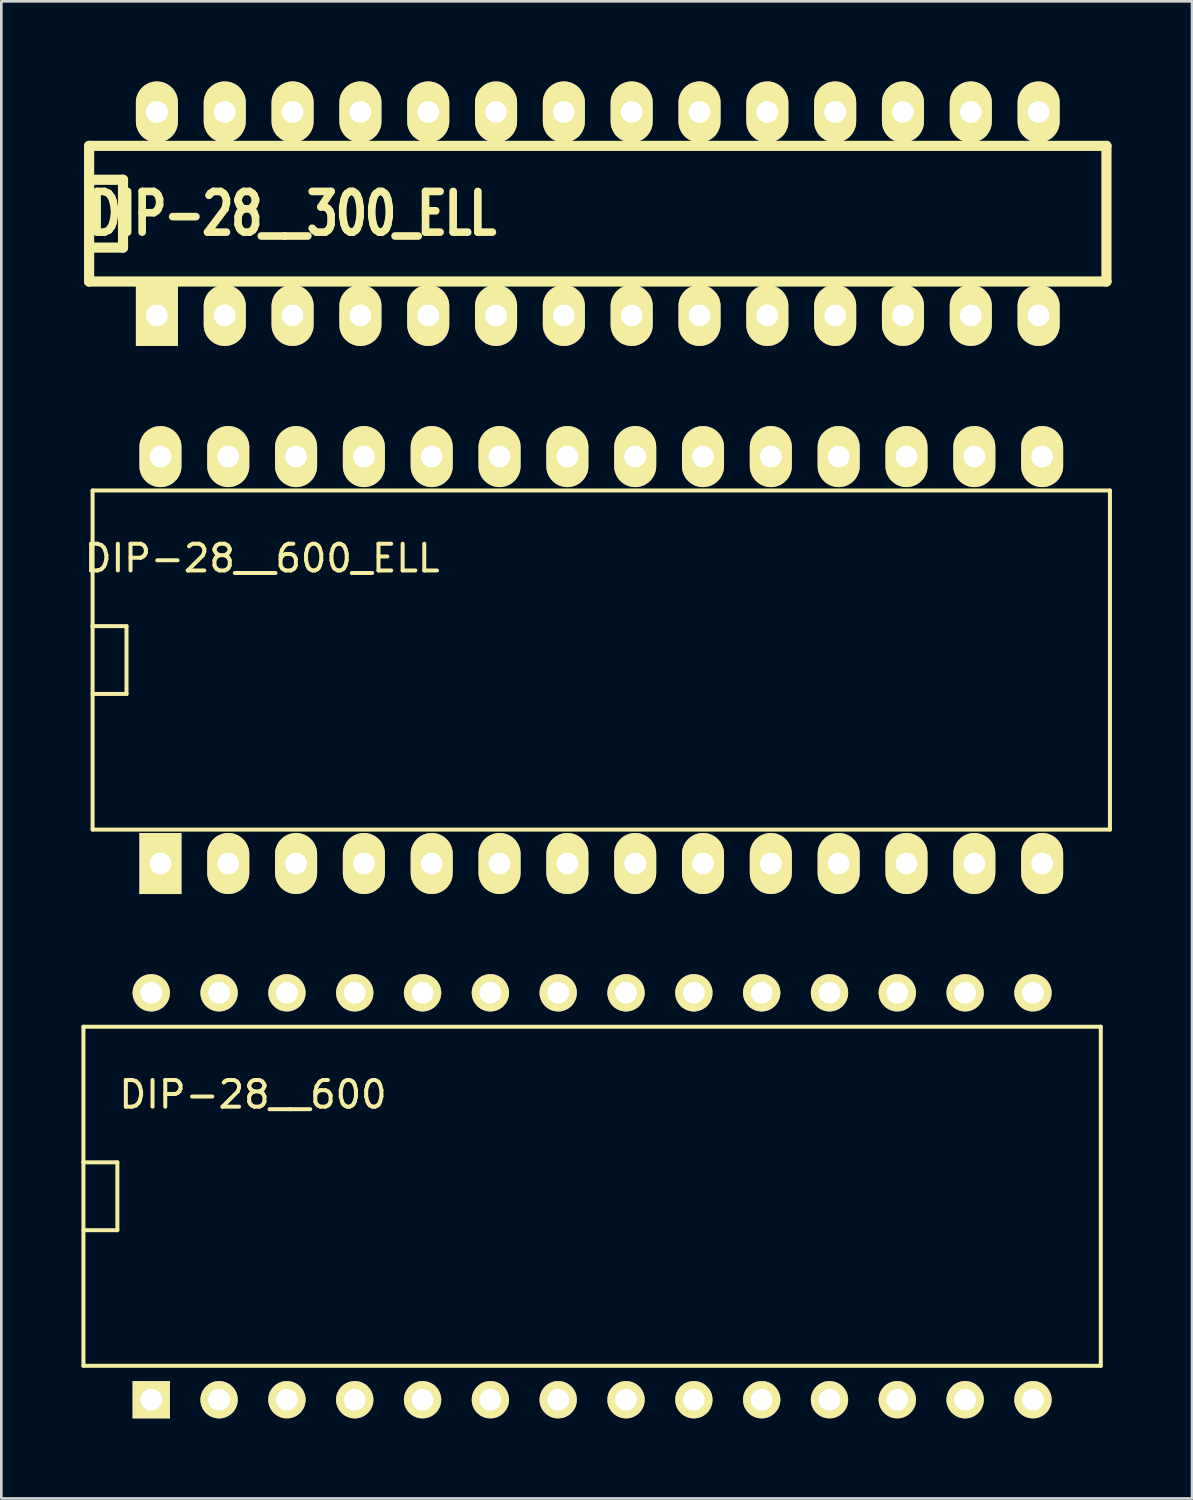
<source format=kicad_pcb>
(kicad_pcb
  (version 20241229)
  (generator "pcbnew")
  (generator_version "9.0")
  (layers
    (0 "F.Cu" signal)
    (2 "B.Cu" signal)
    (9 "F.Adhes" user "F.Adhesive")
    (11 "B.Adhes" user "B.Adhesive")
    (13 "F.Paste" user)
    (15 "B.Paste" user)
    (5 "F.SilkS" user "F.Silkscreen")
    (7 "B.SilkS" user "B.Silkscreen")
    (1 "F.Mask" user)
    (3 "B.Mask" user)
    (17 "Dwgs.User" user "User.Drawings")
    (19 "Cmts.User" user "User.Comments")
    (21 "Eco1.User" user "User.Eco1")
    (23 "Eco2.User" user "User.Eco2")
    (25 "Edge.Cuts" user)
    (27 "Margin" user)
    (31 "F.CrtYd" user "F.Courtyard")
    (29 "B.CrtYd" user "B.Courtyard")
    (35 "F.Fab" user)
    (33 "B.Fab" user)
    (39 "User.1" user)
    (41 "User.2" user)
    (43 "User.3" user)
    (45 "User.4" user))
  (footprint "DIP-28__600_ELL"
    (layer "F.Cu")
    (at 19.468 21.669)
    (property "Reference" "DIP-28__600_ELL" (at -12.7 -3.81 0) (layer "F.SilkS") (effects (font (size 1 1) (thickness 0.15))))
    (attr through_hole)
    (fp_line (start -19.05 -6.35) (end 19.05 -6.35) (stroke (width 0.15) (type solid)) (layer "F.SilkS"))
    (fp_line (start -19.05 -1.27) (end -19.05 -1.27) (stroke (width 0.15) (type solid)) (layer "F.SilkS"))
    (fp_line (start -19.05 -1.27) (end -17.78 -1.27) (stroke (width 0.15) (type solid)) (layer "F.SilkS"))
    (fp_line (start -19.05 6.35) (end -19.05 -6.35) (stroke (width 0.15) (type solid)) (layer "F.SilkS"))
    (fp_line (start -17.78 -1.27) (end -17.78 1.27) (stroke (width 0.15) (type solid)) (layer "F.SilkS"))
    (fp_line (start -17.78 1.27) (end -19.05 1.27) (stroke (width 0.15) (type solid)) (layer "F.SilkS"))
    (fp_line (start 19.05 -6.35) (end 19.05 6.35) (stroke (width 0.15) (type solid)) (layer "F.SilkS"))
    (fp_line (start 19.05 6.35) (end -19.05 6.35) (stroke (width 0.15) (type solid)) (layer "F.SilkS"))
    (pad "1" thru_hole rect (at -16.51 7.62) (size 1.575 2.286) (drill 0.813) (layers "*.Cu" "*.Mask" "F.SilkS"))
    (pad "2" thru_hole oval (at -13.97 7.62) (size 1.575 2.286) (drill 0.813) (layers "*.Cu" "*.Mask" "F.SilkS"))
    (pad "3" thru_hole oval (at -11.43 7.62) (size 1.575 2.286) (drill 0.813) (layers "*.Cu" "*.Mask" "F.SilkS"))
    (pad "4" thru_hole oval (at -8.89 7.62) (size 1.575 2.286) (drill 0.813) (layers "*.Cu" "*.Mask" "F.SilkS"))
    (pad "5" thru_hole oval (at -6.35 7.62) (size 1.575 2.286) (drill 0.813) (layers "*.Cu" "*.Mask" "F.SilkS"))
    (pad "6" thru_hole oval (at -3.81 7.62) (size 1.575 2.286) (drill 0.813) (layers "*.Cu" "*.Mask" "F.SilkS"))
    (pad "7" thru_hole oval (at -1.27 7.62) (size 1.575 2.286) (drill 0.813) (layers "*.Cu" "*.Mask" "F.SilkS"))
    (pad "8" thru_hole oval (at 1.27 7.62) (size 1.575 2.286) (drill 0.813) (layers "*.Cu" "*.Mask" "F.SilkS"))
    (pad "9" thru_hole oval (at 3.81 7.62) (size 1.575 2.286) (drill 0.813) (layers "*.Cu" "*.Mask" "F.SilkS"))
    (pad "10" thru_hole oval (at 6.35 7.62) (size 1.575 2.286) (drill 0.813) (layers "*.Cu" "*.Mask" "F.SilkS"))
    (pad "11" thru_hole oval (at 8.89 7.62) (size 1.575 2.286) (drill 0.813) (layers "*.Cu" "*.Mask" "F.SilkS"))
    (pad "12" thru_hole oval (at 11.43 7.62) (size 1.575 2.286) (drill 0.813) (layers "*.Cu" "*.Mask" "F.SilkS"))
    (pad "13" thru_hole oval (at 13.97 7.62) (size 1.575 2.286) (drill 0.813) (layers "*.Cu" "*.Mask" "F.SilkS"))
    (pad "14" thru_hole oval (at 16.51 7.62) (size 1.575 2.286) (drill 0.813) (layers "*.Cu" "*.Mask" "F.SilkS"))
    (pad "15" thru_hole oval (at 16.51 -7.62) (size 1.575 2.286) (drill 0.813) (layers "*.Cu" "*.Mask" "F.SilkS"))
    (pad "16" thru_hole oval (at 13.97 -7.62) (size 1.575 2.286) (drill 0.813) (layers "*.Cu" "*.Mask" "F.SilkS"))
    (pad "17" thru_hole oval (at 11.43 -7.62) (size 1.575 2.286) (drill 0.813) (layers "*.Cu" "*.Mask" "F.SilkS"))
    (pad "18" thru_hole oval (at 8.89 -7.62) (size 1.575 2.286) (drill 0.813) (layers "*.Cu" "*.Mask" "F.SilkS"))
    (pad "19" thru_hole oval (at 6.35 -7.62) (size 1.575 2.286) (drill 0.813) (layers "*.Cu" "*.Mask" "F.SilkS"))
    (pad "20" thru_hole oval (at 3.81 -7.62) (size 1.575 2.286) (drill 0.813) (layers "*.Cu" "*.Mask" "F.SilkS"))
    (pad "21" thru_hole oval (at 1.27 -7.62) (size 1.575 2.286) (drill 0.813) (layers "*.Cu" "*.Mask" "F.SilkS"))
    (pad "22" thru_hole oval (at -1.27 -7.62) (size 1.575 2.286) (drill 0.813) (layers "*.Cu" "*.Mask" "F.SilkS"))
    (pad "23" thru_hole oval (at -3.81 -7.62) (size 1.575 2.286) (drill 0.813) (layers "*.Cu" "*.Mask" "F.SilkS"))
    (pad "24" thru_hole oval (at -6.35 -7.62) (size 1.575 2.286) (drill 0.813) (layers "*.Cu" "*.Mask" "F.SilkS"))
    (pad "25" thru_hole oval (at -8.89 -7.62) (size 1.575 2.286) (drill 0.813) (layers "*.Cu" "*.Mask" "F.SilkS"))
    (pad "26" thru_hole oval (at -11.43 -7.62) (size 1.575 2.286) (drill 0.813) (layers "*.Cu" "*.Mask" "F.SilkS"))
    (pad "27" thru_hole oval (at -13.97 -7.62) (size 1.575 2.286) (drill 0.813) (layers "*.Cu" "*.Mask" "F.SilkS"))
    (pad "28" thru_hole oval (at -16.51 -7.62) (size 1.575 2.286) (drill 0.813) (layers "*.Cu" "*.Mask" "F.SilkS")))
  (footprint "DIP-28__300_ELL"
    (layer "F.Cu")
    (at 19.337 4.953)
    (property "Reference" "DIP-28__300_ELL" (at -11.43 0 0) (layer "F.SilkS") (effects (font (size 1.524 1.143) (thickness 0.305))))
    (attr through_hole)
    (fp_line (start -19.05 -2.54) (end 19.05 -2.54) (stroke (width 0.381) (type solid)) (layer "F.SilkS"))
    (fp_line (start -19.05 -1.27) (end -17.78 -1.27) (stroke (width 0.381) (type solid)) (layer "F.SilkS"))
    (fp_line (start -19.05 2.54) (end -19.05 -2.54) (stroke (width 0.381) (type solid)) (layer "F.SilkS"))
    (fp_line (start -17.78 -1.27) (end -17.78 1.27) (stroke (width 0.381) (type solid)) (layer "F.SilkS"))
    (fp_line (start -17.78 1.27) (end -19.05 1.27) (stroke (width 0.381) (type solid)) (layer "F.SilkS"))
    (fp_line (start 19.05 -2.54) (end 19.05 2.54) (stroke (width 0.381) (type solid)) (layer "F.SilkS"))
    (fp_line (start 19.05 2.54) (end -19.05 2.54) (stroke (width 0.381) (type solid)) (layer "F.SilkS"))
    (pad "1" thru_hole rect (at -16.51 3.81) (size 1.575 2.286) (drill 0.813) (layers "*.Cu" "*.Mask" "F.SilkS"))
    (pad "2" thru_hole oval (at -13.97 3.81) (size 1.575 2.286) (drill 0.813) (layers "*.Cu" "*.Mask" "F.SilkS"))
    (pad "3" thru_hole oval (at -11.43 3.81) (size 1.575 2.286) (drill 0.813) (layers "*.Cu" "*.Mask" "F.SilkS"))
    (pad "4" thru_hole oval (at -8.89 3.81) (size 1.575 2.286) (drill 0.813) (layers "*.Cu" "*.Mask" "F.SilkS"))
    (pad "5" thru_hole oval (at -6.35 3.81) (size 1.575 2.286) (drill 0.813) (layers "*.Cu" "*.Mask" "F.SilkS"))
    (pad "6" thru_hole oval (at -3.81 3.81) (size 1.575 2.286) (drill 0.813) (layers "*.Cu" "*.Mask" "F.SilkS"))
    (pad "7" thru_hole oval (at -1.27 3.81) (size 1.575 2.286) (drill 0.813) (layers "*.Cu" "*.Mask" "F.SilkS"))
    (pad "8" thru_hole oval (at 1.27 3.81) (size 1.575 2.286) (drill 0.813) (layers "*.Cu" "*.Mask" "F.SilkS"))
    (pad "9" thru_hole oval (at 3.81 3.81) (size 1.575 2.286) (drill 0.813) (layers "*.Cu" "*.Mask" "F.SilkS"))
    (pad "10" thru_hole oval (at 6.35 3.81) (size 1.575 2.286) (drill 0.813) (layers "*.Cu" "*.Mask" "F.SilkS"))
    (pad "11" thru_hole oval (at 8.89 3.81) (size 1.575 2.286) (drill 0.813) (layers "*.Cu" "*.Mask" "F.SilkS"))
    (pad "12" thru_hole oval (at 11.43 3.81) (size 1.575 2.286) (drill 0.813) (layers "*.Cu" "*.Mask" "F.SilkS"))
    (pad "13" thru_hole oval (at 13.97 3.81) (size 1.575 2.286) (drill 0.813) (layers "*.Cu" "*.Mask" "F.SilkS"))
    (pad "14" thru_hole oval (at 16.51 3.81) (size 1.575 2.286) (drill 0.813) (layers "*.Cu" "*.Mask" "F.SilkS"))
    (pad "15" thru_hole oval (at 16.51 -3.81) (size 1.575 2.286) (drill 0.813) (layers "*.Cu" "*.Mask" "F.SilkS"))
    (pad "16" thru_hole oval (at 13.97 -3.81) (size 1.575 2.286) (drill 0.813) (layers "*.Cu" "*.Mask" "F.SilkS"))
    (pad "17" thru_hole oval (at 11.43 -3.81) (size 1.575 2.286) (drill 0.813) (layers "*.Cu" "*.Mask" "F.SilkS"))
    (pad "18" thru_hole oval (at 8.89 -3.81) (size 1.575 2.286) (drill 0.813) (layers "*.Cu" "*.Mask" "F.SilkS"))
    (pad "19" thru_hole oval (at 6.35 -3.81) (size 1.575 2.286) (drill 0.813) (layers "*.Cu" "*.Mask" "F.SilkS"))
    (pad "20" thru_hole oval (at 3.81 -3.81) (size 1.575 2.286) (drill 0.813) (layers "*.Cu" "*.Mask" "F.SilkS"))
    (pad "21" thru_hole oval (at 1.27 -3.81) (size 1.575 2.286) (drill 0.813) (layers "*.Cu" "*.Mask" "F.SilkS"))
    (pad "22" thru_hole oval (at -1.27 -3.81) (size 1.575 2.286) (drill 0.813) (layers "*.Cu" "*.Mask" "F.SilkS"))
    (pad "23" thru_hole oval (at -3.81 -3.81) (size 1.575 2.286) (drill 0.813) (layers "*.Cu" "*.Mask" "F.SilkS"))
    (pad "24" thru_hole oval (at -6.35 -3.81) (size 1.575 2.286) (drill 0.813) (layers "*.Cu" "*.Mask" "F.SilkS"))
    (pad "25" thru_hole oval (at -8.89 -3.81) (size 1.575 2.286) (drill 0.813) (layers "*.Cu" "*.Mask" "F.SilkS"))
    (pad "26" thru_hole oval (at -11.43 -3.81) (size 1.575 2.286) (drill 0.813) (layers "*.Cu" "*.Mask" "F.SilkS"))
    (pad "27" thru_hole oval (at -13.97 -3.81) (size 1.575 2.286) (drill 0.813) (layers "*.Cu" "*.Mask" "F.SilkS"))
    (pad "28" thru_hole oval (at -16.51 -3.81) (size 1.575 2.286) (drill 0.813) (layers "*.Cu" "*.Mask" "F.SilkS")))
  (footprint "DIP-28__600"
    (layer "F.Cu")
    (at 19.125 41.751)
    (property "Reference" "DIP-28__600" (at -12.7 -3.81 0) (layer "F.SilkS") (effects (font (size 1 1) (thickness 0.15))))
    (attr through_hole)
    (fp_line (start -19.05 -6.35) (end 19.05 -6.35) (stroke (width 0.15) (type solid)) (layer "F.SilkS"))
    (fp_line (start -19.05 -1.27) (end -19.05 -1.27) (stroke (width 0.15) (type solid)) (layer "F.SilkS"))
    (fp_line (start -19.05 -1.27) (end -17.78 -1.27) (stroke (width 0.15) (type solid)) (layer "F.SilkS"))
    (fp_line (start -19.05 6.35) (end -19.05 -6.35) (stroke (width 0.15) (type solid)) (layer "F.SilkS"))
    (fp_line (start -17.78 -1.27) (end -17.78 1.27) (stroke (width 0.15) (type solid)) (layer "F.SilkS"))
    (fp_line (start -17.78 1.27) (end -19.05 1.27) (stroke (width 0.15) (type solid)) (layer "F.SilkS"))
    (fp_line (start 19.05 -6.35) (end 19.05 6.35) (stroke (width 0.15) (type solid)) (layer "F.SilkS"))
    (fp_line (start 19.05 6.35) (end -19.05 6.35) (stroke (width 0.15) (type solid)) (layer "F.SilkS"))
    (pad "1" thru_hole rect (at -16.51 7.62) (size 1.397 1.397) (drill 0.813) (layers "*.Cu" "*.Mask" "F.SilkS"))
    (pad "2" thru_hole circle (at -13.97 7.62) (size 1.397 1.397) (drill 0.813) (layers "*.Cu" "*.Mask" "F.SilkS"))
    (pad "3" thru_hole circle (at -11.43 7.62) (size 1.397 1.397) (drill 0.813) (layers "*.Cu" "*.Mask" "F.SilkS"))
    (pad "4" thru_hole circle (at -8.89 7.62) (size 1.397 1.397) (drill 0.813) (layers "*.Cu" "*.Mask" "F.SilkS"))
    (pad "5" thru_hole circle (at -6.35 7.62) (size 1.397 1.397) (drill 0.813) (layers "*.Cu" "*.Mask" "F.SilkS"))
    (pad "6" thru_hole circle (at -3.81 7.62) (size 1.397 1.397) (drill 0.813) (layers "*.Cu" "*.Mask" "F.SilkS"))
    (pad "7" thru_hole circle (at -1.27 7.62) (size 1.397 1.397) (drill 0.813) (layers "*.Cu" "*.Mask" "F.SilkS"))
    (pad "8" thru_hole circle (at 1.27 7.62) (size 1.397 1.397) (drill 0.813) (layers "*.Cu" "*.Mask" "F.SilkS"))
    (pad "9" thru_hole circle (at 3.81 7.62) (size 1.397 1.397) (drill 0.813) (layers "*.Cu" "*.Mask" "F.SilkS"))
    (pad "10" thru_hole circle (at 6.35 7.62) (size 1.397 1.397) (drill 0.813) (layers "*.Cu" "*.Mask" "F.SilkS"))
    (pad "11" thru_hole circle (at 8.89 7.62) (size 1.397 1.397) (drill 0.813) (layers "*.Cu" "*.Mask" "F.SilkS"))
    (pad "12" thru_hole circle (at 11.43 7.62) (size 1.397 1.397) (drill 0.813) (layers "*.Cu" "*.Mask" "F.SilkS"))
    (pad "13" thru_hole circle (at 13.97 7.62) (size 1.397 1.397) (drill 0.813) (layers "*.Cu" "*.Mask" "F.SilkS"))
    (pad "14" thru_hole circle (at 16.51 7.62) (size 1.397 1.397) (drill 0.813) (layers "*.Cu" "*.Mask" "F.SilkS"))
    (pad "15" thru_hole circle (at 16.51 -7.62) (size 1.397 1.397) (drill 0.813) (layers "*.Cu" "*.Mask" "F.SilkS"))
    (pad "16" thru_hole circle (at 13.97 -7.62) (size 1.397 1.397) (drill 0.813) (layers "*.Cu" "*.Mask" "F.SilkS"))
    (pad "17" thru_hole circle (at 11.43 -7.62) (size 1.397 1.397) (drill 0.813) (layers "*.Cu" "*.Mask" "F.SilkS"))
    (pad "18" thru_hole circle (at 8.89 -7.62) (size 1.397 1.397) (drill 0.813) (layers "*.Cu" "*.Mask" "F.SilkS"))
    (pad "19" thru_hole circle (at 6.35 -7.62) (size 1.397 1.397) (drill 0.813) (layers "*.Cu" "*.Mask" "F.SilkS"))
    (pad "20" thru_hole circle (at 3.81 -7.62) (size 1.397 1.397) (drill 0.813) (layers "*.Cu" "*.Mask" "F.SilkS"))
    (pad "21" thru_hole circle (at 1.27 -7.62) (size 1.397 1.397) (drill 0.813) (layers "*.Cu" "*.Mask" "F.SilkS"))
    (pad "22" thru_hole circle (at -1.27 -7.62) (size 1.397 1.397) (drill 0.813) (layers "*.Cu" "*.Mask" "F.SilkS"))
    (pad "23" thru_hole circle (at -3.81 -7.62) (size 1.397 1.397) (drill 0.813) (layers "*.Cu" "*.Mask" "F.SilkS"))
    (pad "24" thru_hole circle (at -6.35 -7.62) (size 1.397 1.397) (drill 0.813) (layers "*.Cu" "*.Mask" "F.SilkS"))
    (pad "25" thru_hole circle (at -8.89 -7.62) (size 1.397 1.397) (drill 0.813) (layers "*.Cu" "*.Mask" "F.SilkS"))
    (pad "26" thru_hole circle (at -11.43 -7.62) (size 1.397 1.397) (drill 0.813) (layers "*.Cu" "*.Mask" "F.SilkS"))
    (pad "27" thru_hole circle (at -13.97 -7.62) (size 1.397 1.397) (drill 0.813) (layers "*.Cu" "*.Mask" "F.SilkS"))
    (pad "28" thru_hole circle (at -16.51 -7.62) (size 1.397 1.397) (drill 0.813) (layers "*.Cu" "*.Mask" "F.SilkS")))
  (gr_rect
    (start -3 -3)
    (end 41.593 53.069)
    (stroke (width 0.1) (type default))
    (fill no)
    (layer "Edge.Cuts")))
</source>
